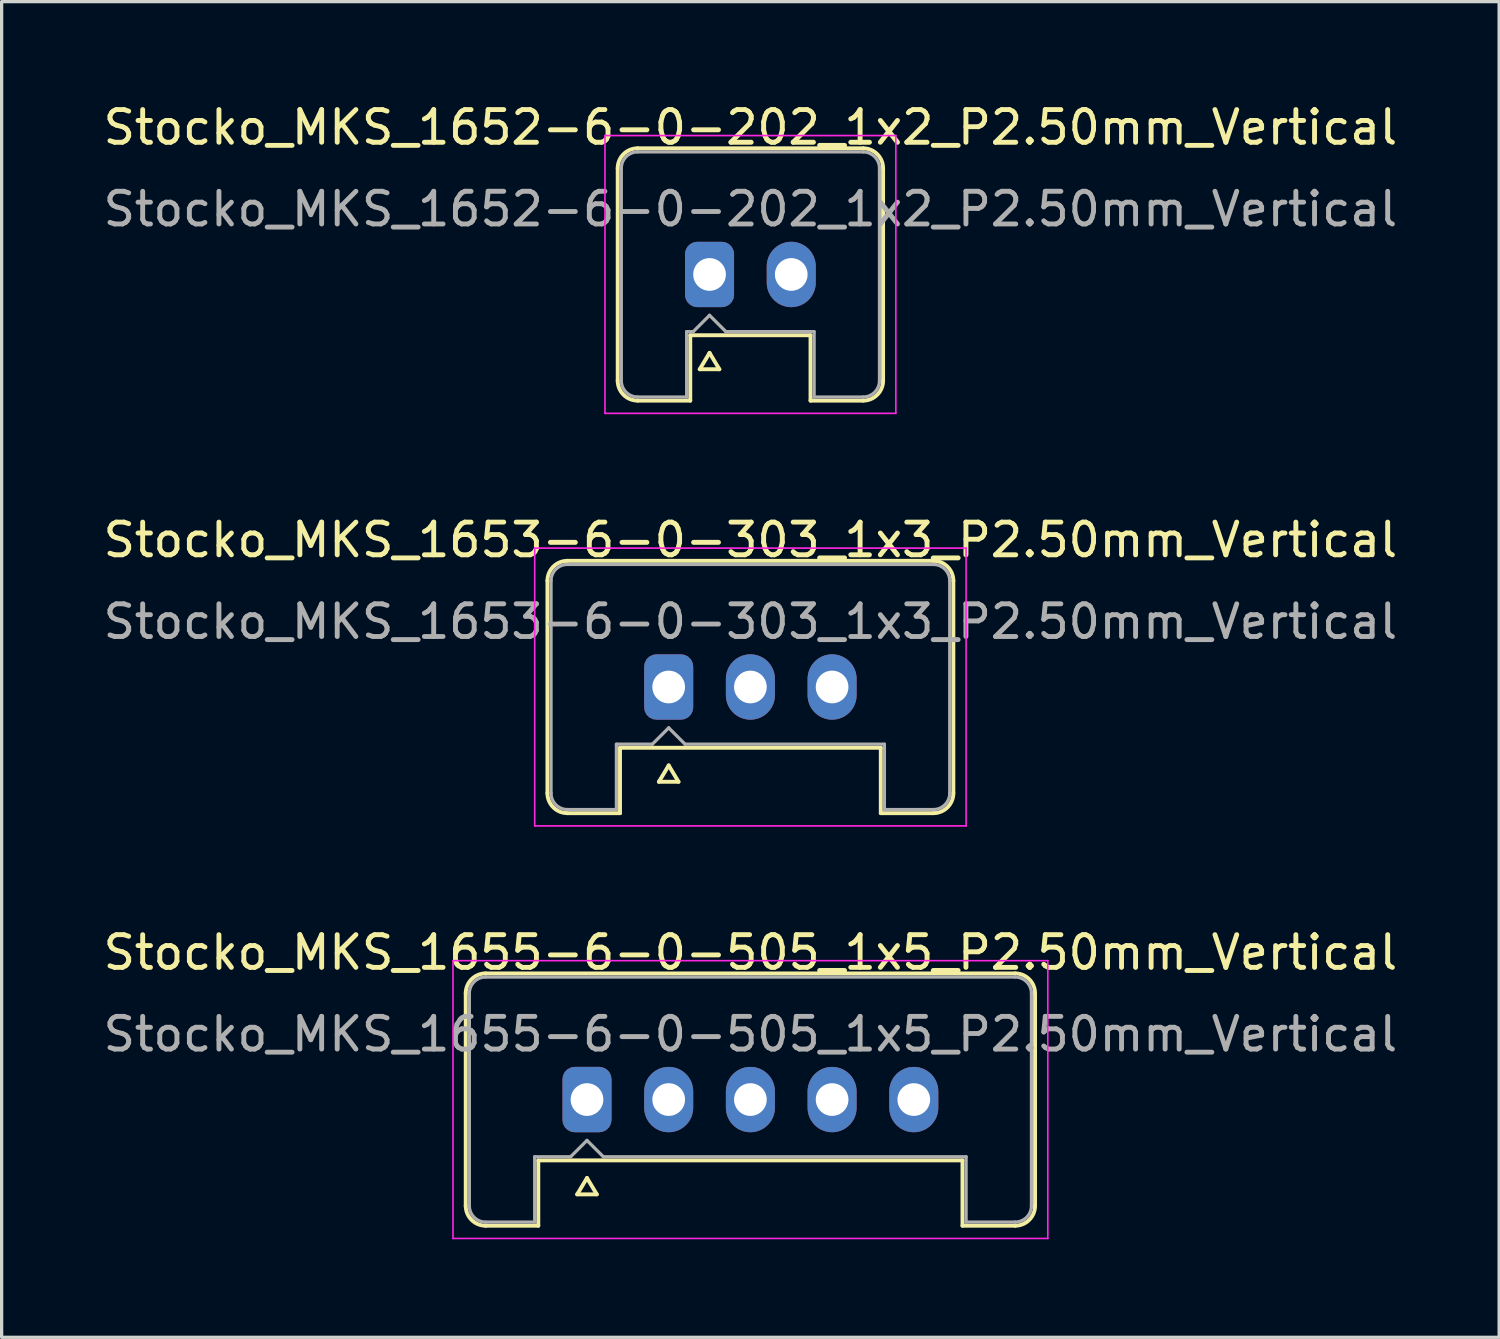
<source format=kicad_pcb>
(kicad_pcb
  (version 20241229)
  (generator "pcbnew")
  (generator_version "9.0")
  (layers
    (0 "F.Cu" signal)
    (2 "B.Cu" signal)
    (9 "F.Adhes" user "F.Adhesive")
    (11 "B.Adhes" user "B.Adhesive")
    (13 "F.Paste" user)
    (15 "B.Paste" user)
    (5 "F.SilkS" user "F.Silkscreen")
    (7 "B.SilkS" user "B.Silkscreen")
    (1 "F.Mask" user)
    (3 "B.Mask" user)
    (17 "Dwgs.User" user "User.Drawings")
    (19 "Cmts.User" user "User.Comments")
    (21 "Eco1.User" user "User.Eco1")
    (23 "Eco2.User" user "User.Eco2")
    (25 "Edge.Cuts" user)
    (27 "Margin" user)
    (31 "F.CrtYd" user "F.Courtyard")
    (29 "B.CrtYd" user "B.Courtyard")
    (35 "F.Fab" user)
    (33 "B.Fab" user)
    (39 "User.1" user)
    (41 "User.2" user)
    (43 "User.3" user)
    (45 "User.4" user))
  (footprint "Stocko_MKS_1652-6-0-202_1x2_P2.50mm_Vertical"
    (layer "F.Cu")
    (at 18.661 5.348)
    (property "Reference" "Stocko_MKS_1652-6-0-202_1x2_P2.50mm_Vertical" (at 1.25 -4.5 0) (layer "F.SilkS") (effects (font (size 1 1) (thickness 0.15))))
    (attr through_hole)
    (fp_line (start -2.81 -3.25) (end -2.81 3.25) (stroke (width 0.12) (type solid)) (layer "F.SilkS"))
    (fp_line (start -2.2 -3.86) (end 4.7 -3.86) (stroke (width 0.12) (type solid)) (layer "F.SilkS"))
    (fp_line (start -2.2 3.86) (end -0.59 3.86) (stroke (width 0.12) (type solid)) (layer "F.SilkS"))
    (fp_line (start -0.59 1.86) (end 3.09 1.86) (stroke (width 0.12) (type solid)) (layer "F.SilkS"))
    (fp_line (start -0.59 3.86) (end -0.59 1.86) (stroke (width 0.12) (type solid)) (layer "F.SilkS"))
    (fp_line (start -0.3 2.9) (end 0.3 2.9) (stroke (width 0.12) (type solid)) (layer "F.SilkS"))
    (fp_line (start 0 2.4) (end -0.3 2.9) (stroke (width 0.12) (type solid)) (layer "F.SilkS"))
    (fp_line (start 0.3 2.9) (end 0 2.4) (stroke (width 0.12) (type solid)) (layer "F.SilkS"))
    (fp_line (start 3.09 3.86) (end 3.09 1.86) (stroke (width 0.12) (type solid)) (layer "F.SilkS"))
    (fp_line (start 4.7 3.86) (end 3.09 3.86) (stroke (width 0.12) (type solid)) (layer "F.SilkS"))
    (fp_line (start 5.31 -3.25) (end 5.31 3.25) (stroke (width 0.12) (type solid)) (layer "F.SilkS"))
    (fp_arc (start -2.81 -3.25) (mid -2.631335 -3.681335) (end -2.2 -3.86) (stroke (width 0.12) (type solid)) (layer "F.SilkS"))
    (fp_arc (start -2.2 3.86) (mid -2.631335 3.681335) (end -2.81 3.25) (stroke (width 0.12) (type solid)) (layer "F.SilkS"))
    (fp_arc (start 4.7 -3.86) (mid 5.131335 -3.681335) (end 5.31 -3.25) (stroke (width 0.12) (type solid)) (layer "F.SilkS"))
    (fp_arc (start 5.31 3.25) (mid 5.131335 3.681335) (end 4.7 3.86) (stroke (width 0.12) (type solid)) (layer "F.SilkS"))
    (fp_line (start -3.2 -4.25) (end -3.2 4.25) (stroke (width 0.05) (type solid)) (layer "F.CrtYd"))
    (fp_line (start -3.2 4.25) (end 5.7 4.25) (stroke (width 0.05) (type solid)) (layer "F.CrtYd"))
    (fp_line (start 5.7 -4.25) (end -3.2 -4.25) (stroke (width 0.05) (type solid)) (layer "F.CrtYd"))
    (fp_line (start 5.7 4.25) (end 5.7 -4.25) (stroke (width 0.05) (type solid)) (layer "F.CrtYd"))
    (fp_line (start -2.7 -3.25) (end -2.7 3.25) (stroke (width 0.1) (type solid)) (layer "F.Fab"))
    (fp_line (start -2.2 -3.75) (end 4.7 -3.75) (stroke (width 0.1) (type solid)) (layer "F.Fab"))
    (fp_line (start -2.2 3.75) (end -0.7 3.75) (stroke (width 0.1) (type solid)) (layer "F.Fab"))
    (fp_line (start -0.7 1.75) (end -0.5 1.75) (stroke (width 0.1) (type solid)) (layer "F.Fab"))
    (fp_line (start -0.7 3.75) (end -0.7 1.75) (stroke (width 0.1) (type solid)) (layer "F.Fab"))
    (fp_line (start -0.5 1.75) (end 0 1.25) (stroke (width 0.1) (type solid)) (layer "F.Fab"))
    (fp_line (start 0 1.25) (end 0.5 1.75) (stroke (width 0.1) (type solid)) (layer "F.Fab"))
    (fp_line (start 0.5 1.75) (end 3.2 1.75) (stroke (width 0.1) (type solid)) (layer "F.Fab"))
    (fp_line (start 3.2 3.75) (end 3.2 1.75) (stroke (width 0.1) (type solid)) (layer "F.Fab"))
    (fp_line (start 4.7 3.75) (end 3.2 3.75) (stroke (width 0.1) (type solid)) (layer "F.Fab"))
    (fp_line (start 5.2 -3.25) (end 5.2 3.25) (stroke (width 0.1) (type solid)) (layer "F.Fab"))
    (fp_arc (start -2.7 -3.25) (mid -2.553553 -3.603553) (end -2.2 -3.75) (stroke (width 0.1) (type solid)) (layer "F.Fab"))
    (fp_arc (start -2.2 3.75) (mid -2.553553 3.603553) (end -2.7 3.25) (stroke (width 0.1) (type solid)) (layer "F.Fab"))
    (fp_arc (start 4.7 -3.75) (mid 5.053553 -3.603553) (end 5.2 -3.25) (stroke (width 0.1) (type solid)) (layer "F.Fab"))
    (fp_arc (start 5.2 3.25) (mid 5.053553 3.603553) (end 4.7 3.75) (stroke (width 0.1) (type solid)) (layer "F.Fab"))
    (fp_text user "${REFERENCE}" (at 1.25 -2 0) (layer "F.Fab") (effects (font (size 1 1) (thickness 0.15))))
    (pad "1" thru_hole roundrect (at 0 0) (size 1.5 2) (drill 1) (layers "*.Cu" "*.Mask") (roundrect_rratio 0.25))
    (pad "2" thru_hole oval (at 2.5 0) (size 1.5 2) (drill 1) (layers "*.Cu" "*.Mask")))
  (footprint "Stocko_MKS_1653-6-0-303_1x3_P2.50mm_Vertical"
    (layer "F.Cu")
    (at 17.411 17.971)
    (property "Reference" "Stocko_MKS_1653-6-0-303_1x3_P2.50mm_Vertical" (at 2.5 -4.5 0) (layer "F.SilkS") (effects (font (size 1 1) (thickness 0.15))))
    (attr through_hole)
    (fp_line (start -3.71 -3.25) (end -3.71 3.25) (stroke (width 0.12) (type solid)) (layer "F.SilkS"))
    (fp_line (start -3.1 -3.86) (end 8.1 -3.86) (stroke (width 0.12) (type solid)) (layer "F.SilkS"))
    (fp_line (start -3.1 3.86) (end -1.49 3.86) (stroke (width 0.12) (type solid)) (layer "F.SilkS"))
    (fp_line (start -1.49 1.86) (end 6.49 1.86) (stroke (width 0.12) (type solid)) (layer "F.SilkS"))
    (fp_line (start -1.49 3.86) (end -1.49 1.86) (stroke (width 0.12) (type solid)) (layer "F.SilkS"))
    (fp_line (start -0.3 2.9) (end 0.3 2.9) (stroke (width 0.12) (type solid)) (layer "F.SilkS"))
    (fp_line (start 0 2.4) (end -0.3 2.9) (stroke (width 0.12) (type solid)) (layer "F.SilkS"))
    (fp_line (start 0.3 2.9) (end 0 2.4) (stroke (width 0.12) (type solid)) (layer "F.SilkS"))
    (fp_line (start 6.49 3.86) (end 6.49 1.86) (stroke (width 0.12) (type solid)) (layer "F.SilkS"))
    (fp_line (start 8.1 3.86) (end 6.49 3.86) (stroke (width 0.12) (type solid)) (layer "F.SilkS"))
    (fp_line (start 8.71 -3.25) (end 8.71 3.25) (stroke (width 0.12) (type solid)) (layer "F.SilkS"))
    (fp_arc (start -3.71 -3.25) (mid -3.531335 -3.681335) (end -3.1 -3.86) (stroke (width 0.12) (type solid)) (layer "F.SilkS"))
    (fp_arc (start -3.1 3.86) (mid -3.531335 3.681335) (end -3.71 3.25) (stroke (width 0.12) (type solid)) (layer "F.SilkS"))
    (fp_arc (start 8.1 -3.86) (mid 8.531335 -3.681335) (end 8.71 -3.25) (stroke (width 0.12) (type solid)) (layer "F.SilkS"))
    (fp_arc (start 8.71 3.25) (mid 8.531335 3.681335) (end 8.1 3.86) (stroke (width 0.12) (type solid)) (layer "F.SilkS"))
    (fp_line (start -4.1 -4.25) (end -4.1 4.25) (stroke (width 0.05) (type solid)) (layer "F.CrtYd"))
    (fp_line (start -4.1 4.25) (end 9.1 4.25) (stroke (width 0.05) (type solid)) (layer "F.CrtYd"))
    (fp_line (start 9.1 -4.25) (end -4.1 -4.25) (stroke (width 0.05) (type solid)) (layer "F.CrtYd"))
    (fp_line (start 9.1 4.25) (end 9.1 -4.25) (stroke (width 0.05) (type solid)) (layer "F.CrtYd"))
    (fp_line (start -3.6 -3.25) (end -3.6 3.25) (stroke (width 0.1) (type solid)) (layer "F.Fab"))
    (fp_line (start -3.1 -3.75) (end 8.1 -3.75) (stroke (width 0.1) (type solid)) (layer "F.Fab"))
    (fp_line (start -3.1 3.75) (end -1.6 3.75) (stroke (width 0.1) (type solid)) (layer "F.Fab"))
    (fp_line (start -1.6 1.75) (end -0.5 1.75) (stroke (width 0.1) (type solid)) (layer "F.Fab"))
    (fp_line (start -1.6 3.75) (end -1.6 1.75) (stroke (width 0.1) (type solid)) (layer "F.Fab"))
    (fp_line (start -0.5 1.75) (end 0 1.25) (stroke (width 0.1) (type solid)) (layer "F.Fab"))
    (fp_line (start 0 1.25) (end 0.5 1.75) (stroke (width 0.1) (type solid)) (layer "F.Fab"))
    (fp_line (start 0.5 1.75) (end 6.6 1.75) (stroke (width 0.1) (type solid)) (layer "F.Fab"))
    (fp_line (start 6.6 3.75) (end 6.6 1.75) (stroke (width 0.1) (type solid)) (layer "F.Fab"))
    (fp_line (start 8.1 3.75) (end 6.6 3.75) (stroke (width 0.1) (type solid)) (layer "F.Fab"))
    (fp_line (start 8.6 -3.25) (end 8.6 3.25) (stroke (width 0.1) (type solid)) (layer "F.Fab"))
    (fp_arc (start -3.6 -3.25) (mid -3.453553 -3.603553) (end -3.1 -3.75) (stroke (width 0.1) (type solid)) (layer "F.Fab"))
    (fp_arc (start -3.1 3.75) (mid -3.453553 3.603553) (end -3.6 3.25) (stroke (width 0.1) (type solid)) (layer "F.Fab"))
    (fp_arc (start 8.1 -3.75) (mid 8.453553 -3.603553) (end 8.6 -3.25) (stroke (width 0.1) (type solid)) (layer "F.Fab"))
    (fp_arc (start 8.6 3.25) (mid 8.453553 3.603553) (end 8.1 3.75) (stroke (width 0.1) (type solid)) (layer "F.Fab"))
    (fp_text user "${REFERENCE}" (at 2.5 -2 0) (layer "F.Fab") (effects (font (size 1 1) (thickness 0.15))))
    (pad "1" thru_hole roundrect (at 0 0) (size 1.5 2) (drill 1) (layers "*.Cu" "*.Mask") (roundrect_rratio 0.25))
    (pad "2" thru_hole oval (at 2.5 0) (size 1.5 2) (drill 1) (layers "*.Cu" "*.Mask"))
    (pad "3" thru_hole oval (at 5 0) (size 1.5 2) (drill 1) (layers "*.Cu" "*.Mask")))
  (footprint "Stocko_MKS_1655-6-0-505_1x5_P2.50mm_Vertical"
    (layer "F.Cu")
    (at 14.911 30.595)
    (property "Reference" "Stocko_MKS_1655-6-0-505_1x5_P2.50mm_Vertical" (at 5 -4.5 0) (layer "F.SilkS") (effects (font (size 1 1) (thickness 0.15))))
    (attr through_hole)
    (fp_line (start -3.71 -3.25) (end -3.71 3.25) (stroke (width 0.12) (type solid)) (layer "F.SilkS"))
    (fp_line (start -3.1 -3.86) (end 13.1 -3.86) (stroke (width 0.12) (type solid)) (layer "F.SilkS"))
    (fp_line (start -3.1 3.86) (end -1.49 3.86) (stroke (width 0.12) (type solid)) (layer "F.SilkS"))
    (fp_line (start -1.49 1.86) (end 11.49 1.86) (stroke (width 0.12) (type solid)) (layer "F.SilkS"))
    (fp_line (start -1.49 3.86) (end -1.49 1.86) (stroke (width 0.12) (type solid)) (layer "F.SilkS"))
    (fp_line (start -0.3 2.9) (end 0.3 2.9) (stroke (width 0.12) (type solid)) (layer "F.SilkS"))
    (fp_line (start 0 2.4) (end -0.3 2.9) (stroke (width 0.12) (type solid)) (layer "F.SilkS"))
    (fp_line (start 0.3 2.9) (end 0 2.4) (stroke (width 0.12) (type solid)) (layer "F.SilkS"))
    (fp_line (start 11.49 3.86) (end 11.49 1.86) (stroke (width 0.12) (type solid)) (layer "F.SilkS"))
    (fp_line (start 13.1 3.86) (end 11.49 3.86) (stroke (width 0.12) (type solid)) (layer "F.SilkS"))
    (fp_line (start 13.71 -3.25) (end 13.71 3.25) (stroke (width 0.12) (type solid)) (layer "F.SilkS"))
    (fp_arc (start -3.71 -3.25) (mid -3.531335 -3.681335) (end -3.1 -3.86) (stroke (width 0.12) (type solid)) (layer "F.SilkS"))
    (fp_arc (start -3.1 3.86) (mid -3.531335 3.681335) (end -3.71 3.25) (stroke (width 0.12) (type solid)) (layer "F.SilkS"))
    (fp_arc (start 13.1 -3.86) (mid 13.531335 -3.681335) (end 13.71 -3.25) (stroke (width 0.12) (type solid)) (layer "F.SilkS"))
    (fp_arc (start 13.71 3.25) (mid 13.531335 3.681335) (end 13.1 3.86) (stroke (width 0.12) (type solid)) (layer "F.SilkS"))
    (fp_line (start -4.1 -4.25) (end -4.1 4.25) (stroke (width 0.05) (type solid)) (layer "F.CrtYd"))
    (fp_line (start -4.1 4.25) (end 14.1 4.25) (stroke (width 0.05) (type solid)) (layer "F.CrtYd"))
    (fp_line (start 14.1 -4.25) (end -4.1 -4.25) (stroke (width 0.05) (type solid)) (layer "F.CrtYd"))
    (fp_line (start 14.1 4.25) (end 14.1 -4.25) (stroke (width 0.05) (type solid)) (layer "F.CrtYd"))
    (fp_line (start -3.6 -3.25) (end -3.6 3.25) (stroke (width 0.1) (type solid)) (layer "F.Fab"))
    (fp_line (start -3.1 -3.75) (end 13.1 -3.75) (stroke (width 0.1) (type solid)) (layer "F.Fab"))
    (fp_line (start -3.1 3.75) (end -1.6 3.75) (stroke (width 0.1) (type solid)) (layer "F.Fab"))
    (fp_line (start -1.6 1.75) (end -0.5 1.75) (stroke (width 0.1) (type solid)) (layer "F.Fab"))
    (fp_line (start -1.6 3.75) (end -1.6 1.75) (stroke (width 0.1) (type solid)) (layer "F.Fab"))
    (fp_line (start -0.5 1.75) (end 0 1.25) (stroke (width 0.1) (type solid)) (layer "F.Fab"))
    (fp_line (start 0 1.25) (end 0.5 1.75) (stroke (width 0.1) (type solid)) (layer "F.Fab"))
    (fp_line (start 0.5 1.75) (end 11.6 1.75) (stroke (width 0.1) (type solid)) (layer "F.Fab"))
    (fp_line (start 11.6 3.75) (end 11.6 1.75) (stroke (width 0.1) (type solid)) (layer "F.Fab"))
    (fp_line (start 13.1 3.75) (end 11.6 3.75) (stroke (width 0.1) (type solid)) (layer "F.Fab"))
    (fp_line (start 13.6 -3.25) (end 13.6 3.25) (stroke (width 0.1) (type solid)) (layer "F.Fab"))
    (fp_arc (start -3.6 -3.25) (mid -3.453553 -3.603553) (end -3.1 -3.75) (stroke (width 0.1) (type solid)) (layer "F.Fab"))
    (fp_arc (start -3.1 3.75) (mid -3.453553 3.603553) (end -3.6 3.25) (stroke (width 0.1) (type solid)) (layer "F.Fab"))
    (fp_arc (start 13.1 -3.75) (mid 13.453553 -3.603553) (end 13.6 -3.25) (stroke (width 0.1) (type solid)) (layer "F.Fab"))
    (fp_arc (start 13.6 3.25) (mid 13.453553 3.603553) (end 13.1 3.75) (stroke (width 0.1) (type solid)) (layer "F.Fab"))
    (fp_text user "${REFERENCE}" (at 5 -2 0) (layer "F.Fab") (effects (font (size 1 1) (thickness 0.15))))
    (pad "1" thru_hole roundrect (at 0 0) (size 1.5 2) (drill 1) (layers "*.Cu" "*.Mask") (roundrect_rratio 0.25))
    (pad "2" thru_hole oval (at 2.5 0) (size 1.5 2) (drill 1) (layers "*.Cu" "*.Mask"))
    (pad "3" thru_hole oval (at 5 0) (size 1.5 2) (drill 1) (layers "*.Cu" "*.Mask"))
    (pad "4" thru_hole oval (at 7.5 0) (size 1.5 2) (drill 1) (layers "*.Cu" "*.Mask"))
    (pad "5" thru_hole oval (at 10 0) (size 1.5 2) (drill 1) (layers "*.Cu" "*.Mask")))
  (gr_rect
    (start -3 -3)
    (end 42.821 37.87)
    (stroke (width 0.1) (type default))
    (fill no)
    (layer "Edge.Cuts")))
</source>
